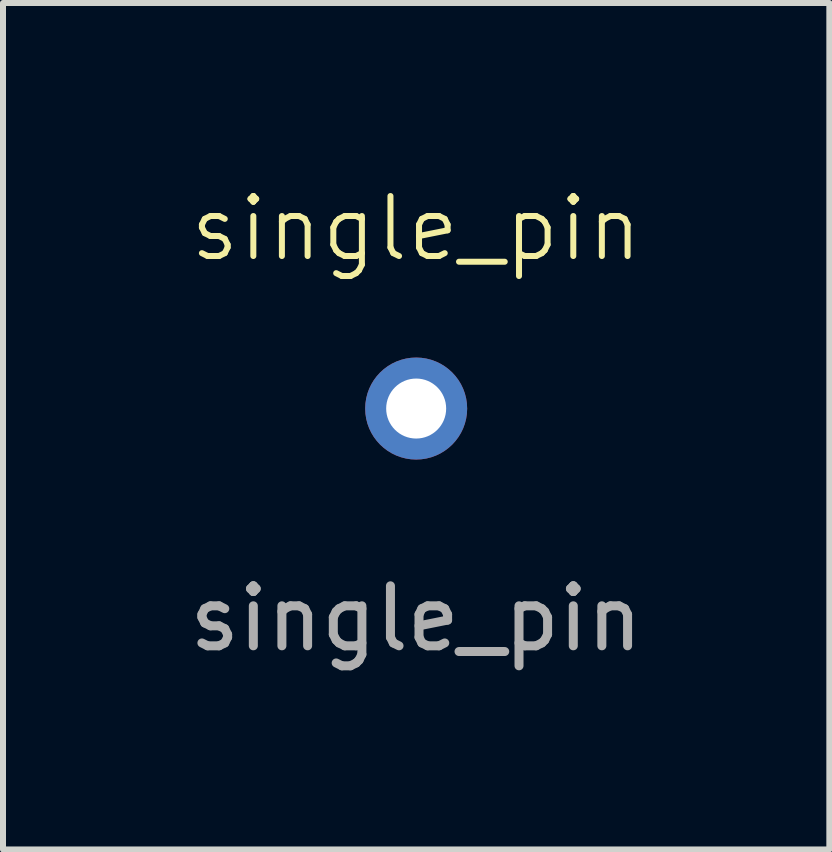
<source format=kicad_pcb>
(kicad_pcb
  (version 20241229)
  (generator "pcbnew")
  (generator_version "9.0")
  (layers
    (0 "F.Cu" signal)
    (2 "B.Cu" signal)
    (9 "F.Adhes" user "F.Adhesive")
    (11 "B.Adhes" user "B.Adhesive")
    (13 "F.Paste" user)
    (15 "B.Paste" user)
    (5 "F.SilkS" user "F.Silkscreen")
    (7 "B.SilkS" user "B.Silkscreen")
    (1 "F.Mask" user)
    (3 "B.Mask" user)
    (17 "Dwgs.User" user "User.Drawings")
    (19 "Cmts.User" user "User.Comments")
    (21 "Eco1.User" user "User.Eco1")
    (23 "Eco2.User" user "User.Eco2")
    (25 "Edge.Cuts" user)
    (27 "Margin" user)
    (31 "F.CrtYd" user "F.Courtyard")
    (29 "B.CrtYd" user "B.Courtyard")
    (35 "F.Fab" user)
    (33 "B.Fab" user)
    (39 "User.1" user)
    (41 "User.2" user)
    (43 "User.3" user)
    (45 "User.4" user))
  (footprint "single_pin"
    (layer "F.Cu")
    (at 3.887 3.76)
    (property "Reference" "single_pin" (at 0 -3 0) (unlocked yes) (layer "F.SilkS") (effects (font (size 1 1) (thickness 0.1))))
    (attr smd)
    (fp_text user "${REFERENCE}" (at 0 3.5 0) (unlocked yes) (layer "F.Fab") (effects (font (size 1 1) (thickness 0.15))))
    (pad "1" thru_hole circle (at 0 0) (size 1.7 1.7) (drill 1) (layers "*.Cu" "*.Mask")))
  (gr_rect
    (start -3 -3)
    (end 10.774 11.109)
    (stroke (width 0.1) (type default))
    (fill no)
    (layer "Edge.Cuts")))
</source>
